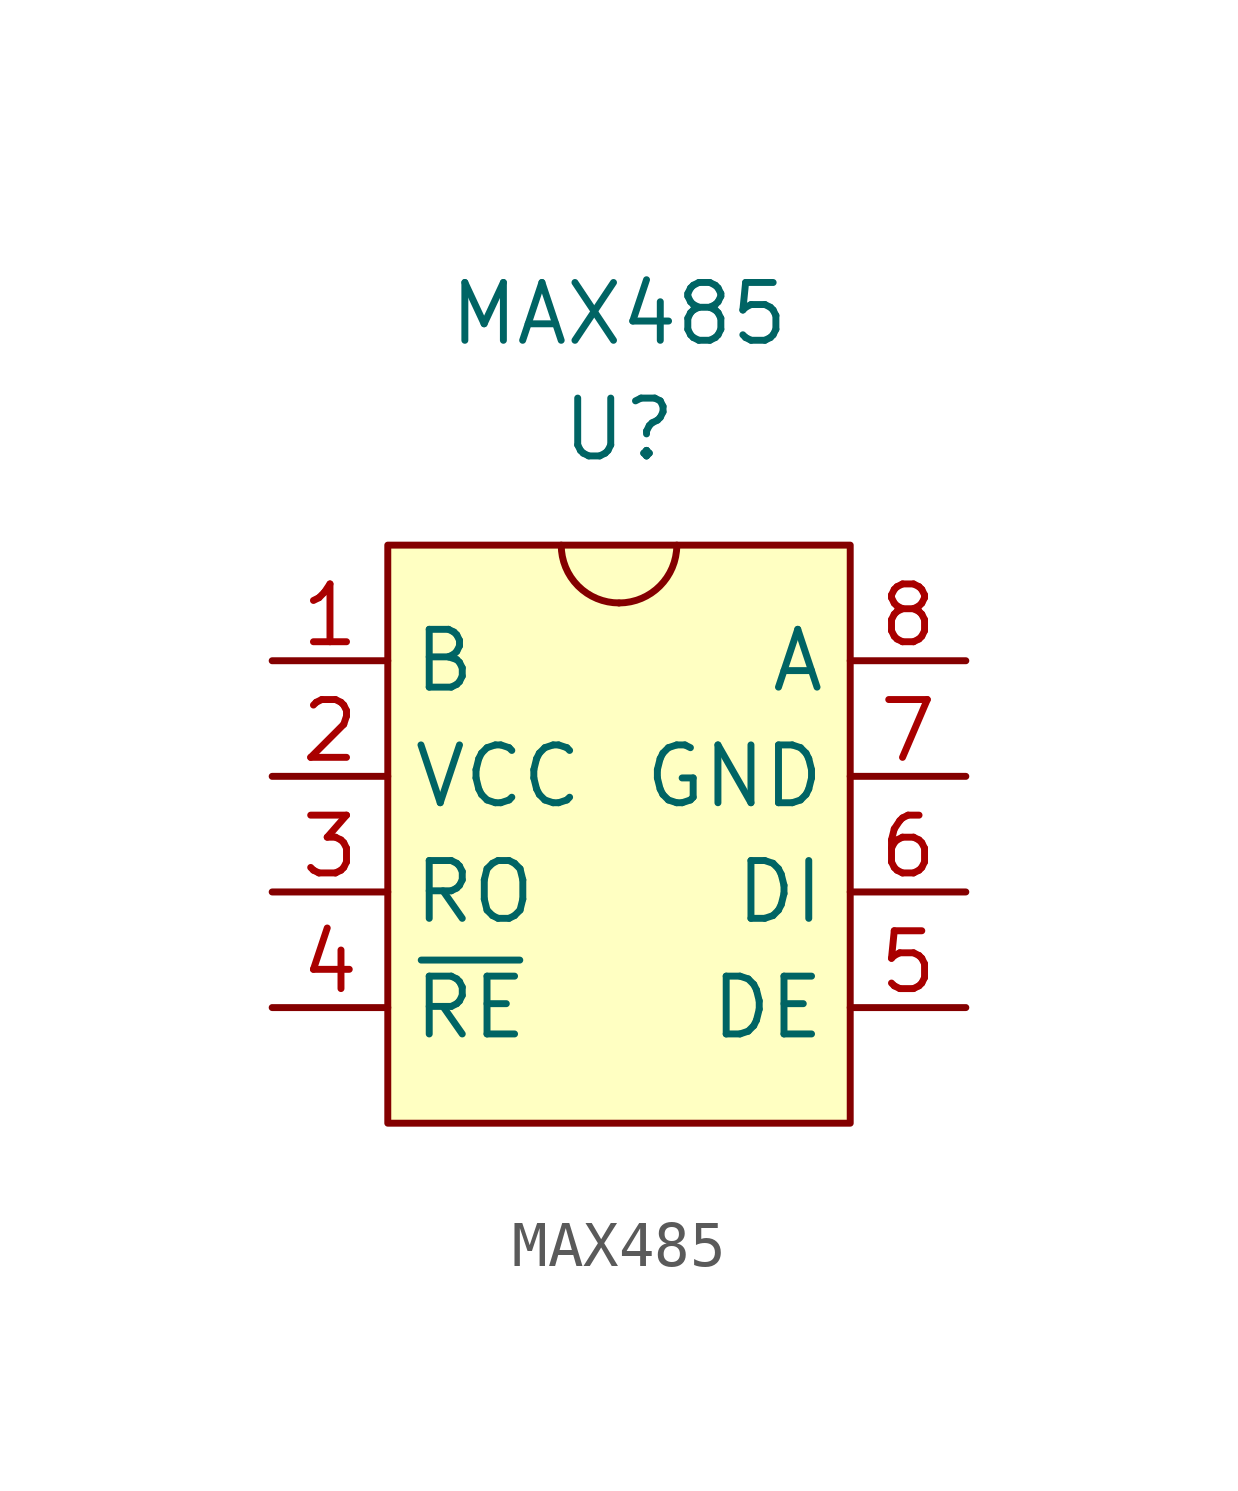
<source format=kicad_sym>
(kicad_symbol_lib
  (version 20211014)
  (generator kicad_symbol_editor)
  (symbol "MAX485"
    (property "Reference" "U"
      (at 0 7.62 0)
      (effects (font (size 1.27 1.27))))
    (property "Value" "MAX485"
      (at 0 10.16 0)
      (effects (font (size 1.27 1.27))))
    (symbol "MAX485_0_1"
      (rectangle (start -5.08 5.08) (end 5.08 -7.62) (stroke (width 0) (type default) (color 0 0 0 0)) (fill (type background)))
      (arc (start -1.27 5.08) (mid -0.898 4.182) (end 0 3.81) (stroke (width 0) (type default) (color 0 0 0 0)) (fill (type none)))
      (arc (start 0 3.81) (mid 0.898 4.182) (end 1.27 5.08) (stroke (width 0) (type default) (color 0 0 0 0)) (fill (type none))))
    (symbol "MAX485_1_1"
      (pin input line (at -7.62 2.54 0) (length 2.54) (name "B" (effects (font (size 1.27 1.27)))) (number "1" (effects (font (size 1.27 1.27)))))
      (pin input line (at -7.62 0 0) (length 2.54) (name "VCC" (effects (font (size 1.27 1.27)))) (number "2" (effects (font (size 1.27 1.27)))))
      (pin input line (at -7.62 -2.54 0) (length 2.54) (name "RO" (effects (font (size 1.27 1.27)))) (number "3" (effects (font (size 1.27 1.27)))))
      (pin input line (at -7.62 -5.08 0) (length 2.54) (name "~{RE}" (effects (font (size 1.27 1.27)))) (number "4" (effects (font (size 1.27 1.27)))))
      (pin input line (at 7.62 -5.08 180) (length 2.54) (name "DE" (effects (font (size 1.27 1.27)))) (number "5" (effects (font (size 1.27 1.27)))))
      (pin input line (at 7.62 -2.54 180) (length 2.54) (name "DI" (effects (font (size 1.27 1.27)))) (number "6" (effects (font (size 1.27 1.27)))))
      (pin input line (at 7.62 0 180) (length 2.54) (name "GND" (effects (font (size 1.27 1.27)))) (number "7" (effects (font (size 1.27 1.27)))))
      (pin input line (at 7.62 2.54 180) (length 2.54) (name "A" (effects (font (size 1.27 1.27)))) (number "8" (effects (font (size 1.27 1.27))))))))
</source>
